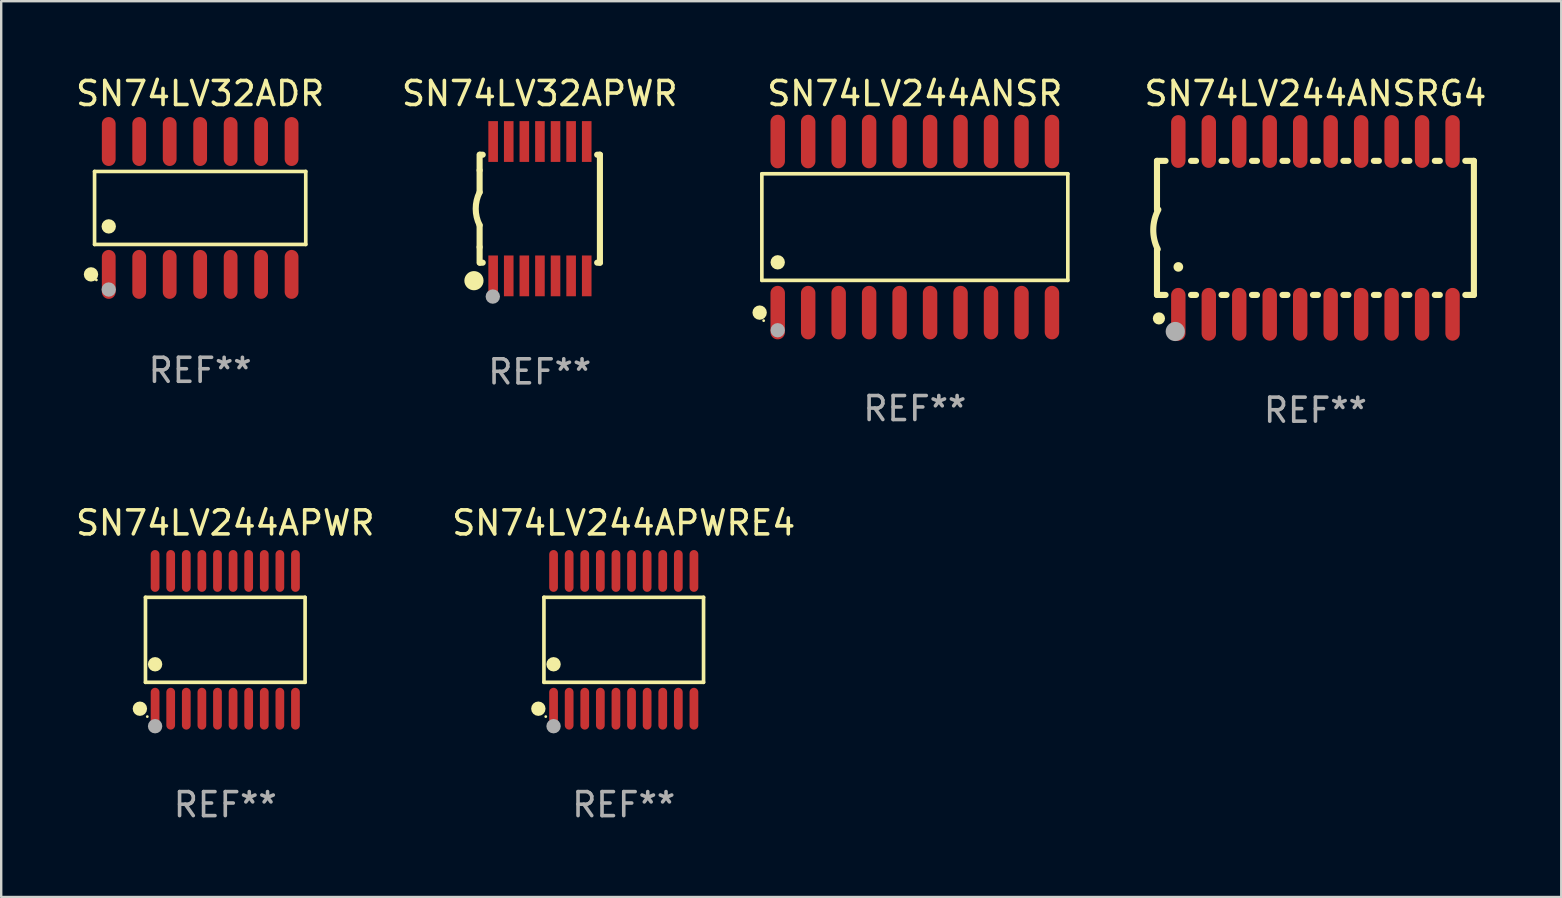
<source format=kicad_pcb>
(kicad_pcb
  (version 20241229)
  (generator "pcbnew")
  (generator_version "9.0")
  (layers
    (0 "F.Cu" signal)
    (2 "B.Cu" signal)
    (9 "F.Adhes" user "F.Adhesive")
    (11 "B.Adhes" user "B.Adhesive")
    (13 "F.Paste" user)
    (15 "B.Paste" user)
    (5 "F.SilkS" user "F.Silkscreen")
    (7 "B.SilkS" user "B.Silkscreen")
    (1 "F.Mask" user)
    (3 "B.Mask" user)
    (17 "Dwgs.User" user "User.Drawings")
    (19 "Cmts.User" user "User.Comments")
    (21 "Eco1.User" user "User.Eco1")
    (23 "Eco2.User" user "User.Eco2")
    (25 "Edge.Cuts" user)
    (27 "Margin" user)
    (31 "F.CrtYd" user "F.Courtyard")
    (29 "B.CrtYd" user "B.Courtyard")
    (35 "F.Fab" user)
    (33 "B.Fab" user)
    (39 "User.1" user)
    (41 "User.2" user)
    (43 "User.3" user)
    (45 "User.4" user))
  (footprint "SN74LV32ADR"
    (layer "F.Cu")
    (at 5.292 5.617)
    (property "Reference" "SN74LV32ADR" (at 0 -4.769 0) (layer "F.SilkS") (effects (font (size 1 1) (thickness 0.15))))
    (attr through_hole)
    (fp_line (start -4.401 -1.521) (end 4.401 -1.521) (stroke (width 0.152) (type solid)) (layer "F.SilkS"))
    (fp_line (start -4.401 1.521) (end -4.401 -1.521) (stroke (width 0.152) (type solid)) (layer "F.SilkS"))
    (fp_line (start 4.401 -1.521) (end 4.401 1.521) (stroke (width 0.152) (type solid)) (layer "F.SilkS"))
    (fp_line (start 4.401 1.521) (end -4.401 1.521) (stroke (width 0.152) (type solid)) (layer "F.SilkS"))
    (fp_circle (center -4.549 2.769) (end -4.399 2.769) (stroke (width 0.3) (type solid)) (fill no) (layer "F.SilkS"))
    (fp_circle (center -4.325 3) (end -4.295 3) (stroke (width 0.06) (type solid)) (fill no) (layer "F.SilkS"))
    (fp_circle (center -3.81 0.769) (end -3.66 0.769) (stroke (width 0.3) (type solid)) (fill no) (layer "F.SilkS"))
    (fp_circle (center -3.81 3.4) (end -3.66 3.4) (stroke (width 0.3) (type solid)) (fill no) (layer "F.Fab"))
    (fp_text user "REF**" (at 0 6.769 0) (layer "F.Fab") (effects (font (size 1 1) (thickness 0.15))))
    (pad "1" smd oval (at -3.81 2.769) (size 0.574 2.038) (layers "F.Cu" "F.Mask" "F.Paste"))
    (pad "2" smd oval (at -2.54 2.769) (size 0.574 2.038) (layers "F.Cu" "F.Mask" "F.Paste"))
    (pad "3" smd oval (at -1.27 2.769) (size 0.574 2.038) (layers "F.Cu" "F.Mask" "F.Paste"))
    (pad "4" smd oval (at 0 2.769) (size 0.574 2.038) (layers "F.Cu" "F.Mask" "F.Paste"))
    (pad "5" smd oval (at 1.27 2.769) (size 0.574 2.038) (layers "F.Cu" "F.Mask" "F.Paste"))
    (pad "6" smd oval (at 2.54 2.769) (size 0.574 2.038) (layers "F.Cu" "F.Mask" "F.Paste"))
    (pad "7" smd oval (at 3.81 2.769) (size 0.574 2.038) (layers "F.Cu" "F.Mask" "F.Paste"))
    (pad "8" smd oval (at 3.81 -2.769) (size 0.574 2.038) (layers "F.Cu" "F.Mask" "F.Paste"))
    (pad "9" smd oval (at 2.54 -2.769) (size 0.574 2.038) (layers "F.Cu" "F.Mask" "F.Paste"))
    (pad "10" smd oval (at 1.27 -2.769) (size 0.574 2.038) (layers "F.Cu" "F.Mask" "F.Paste"))
    (pad "11" smd oval (at 0 -2.769) (size 0.574 2.038) (layers "F.Cu" "F.Mask" "F.Paste"))
    (pad "12" smd oval (at -1.27 -2.769) (size 0.574 2.038) (layers "F.Cu" "F.Mask" "F.Paste"))
    (pad "13" smd oval (at -2.54 -2.769) (size 0.574 2.038) (layers "F.Cu" "F.Mask" "F.Paste"))
    (pad "14" smd oval (at -3.81 -2.769) (size 0.574 2.038) (layers "F.Cu" "F.Mask" "F.Paste")))
  (footprint "SN74LV244APWR"
    (layer "F.Cu")
    (at 6.339 23.616)
    (property "Reference" "SN74LV244APWR" (at 0 -4.871 0) (layer "F.SilkS") (effects (font (size 1 1) (thickness 0.15))))
    (attr through_hole)
    (fp_line (start -3.326 -1.771) (end 3.326 -1.771) (stroke (width 0.152) (type solid)) (layer "F.SilkS"))
    (fp_line (start -3.326 1.771) (end -3.326 -1.771) (stroke (width 0.152) (type solid)) (layer "F.SilkS"))
    (fp_line (start 3.326 -1.771) (end 3.326 1.771) (stroke (width 0.152) (type solid)) (layer "F.SilkS"))
    (fp_line (start 3.326 1.771) (end -3.326 1.771) (stroke (width 0.152) (type solid)) (layer "F.SilkS"))
    (fp_circle (center -3.559 2.871) (end -3.409 2.871) (stroke (width 0.3) (type solid)) (fill no) (layer "F.SilkS"))
    (fp_circle (center -3.25 3.2) (end -3.22 3.2) (stroke (width 0.06) (type solid)) (fill no) (layer "F.SilkS"))
    (fp_circle (center -2.925 1.019) (end -2.775 1.019) (stroke (width 0.3) (type solid)) (fill no) (layer "F.SilkS"))
    (fp_circle (center -2.925 3.6) (end -2.775 3.6) (stroke (width 0.3) (type solid)) (fill no) (layer "F.Fab"))
    (fp_text user "REF**" (at 0 6.871 0) (layer "F.Fab") (effects (font (size 1 1) (thickness 0.15))))
    (pad "1" smd oval (at -2.925 2.871) (size 0.364 1.742) (layers "F.Cu" "F.Mask" "F.Paste"))
    (pad "2" smd oval (at -2.275 2.871) (size 0.364 1.742) (layers "F.Cu" "F.Mask" "F.Paste"))
    (pad "3" smd oval (at -1.625 2.871) (size 0.364 1.742) (layers "F.Cu" "F.Mask" "F.Paste"))
    (pad "4" smd oval (at -0.975 2.871) (size 0.364 1.742) (layers "F.Cu" "F.Mask" "F.Paste"))
    (pad "5" smd oval (at -0.325 2.871) (size 0.364 1.742) (layers "F.Cu" "F.Mask" "F.Paste"))
    (pad "6" smd oval (at 0.325 2.871) (size 0.364 1.742) (layers "F.Cu" "F.Mask" "F.Paste"))
    (pad "7" smd oval (at 0.975 2.871) (size 0.364 1.742) (layers "F.Cu" "F.Mask" "F.Paste"))
    (pad "8" smd oval (at 1.625 2.871) (size 0.364 1.742) (layers "F.Cu" "F.Mask" "F.Paste"))
    (pad "9" smd oval (at 2.275 2.871) (size 0.364 1.742) (layers "F.Cu" "F.Mask" "F.Paste"))
    (pad "10" smd oval (at 2.925 2.871) (size 0.364 1.742) (layers "F.Cu" "F.Mask" "F.Paste"))
    (pad "11" smd oval (at 2.925 -2.871) (size 0.364 1.742) (layers "F.Cu" "F.Mask" "F.Paste"))
    (pad "12" smd oval (at 2.275 -2.871) (size 0.364 1.742) (layers "F.Cu" "F.Mask" "F.Paste"))
    (pad "13" smd oval (at 1.625 -2.871) (size 0.364 1.742) (layers "F.Cu" "F.Mask" "F.Paste"))
    (pad "14" smd oval (at 0.975 -2.871) (size 0.364 1.742) (layers "F.Cu" "F.Mask" "F.Paste"))
    (pad "15" smd oval (at 0.325 -2.871) (size 0.364 1.742) (layers "F.Cu" "F.Mask" "F.Paste"))
    (pad "16" smd oval (at -0.325 -2.871) (size 0.364 1.742) (layers "F.Cu" "F.Mask" "F.Paste"))
    (pad "17" smd oval (at -0.975 -2.871) (size 0.364 1.742) (layers "F.Cu" "F.Mask" "F.Paste"))
    (pad "18" smd oval (at -1.625 -2.871) (size 0.364 1.742) (layers "F.Cu" "F.Mask" "F.Paste"))
    (pad "19" smd oval (at -2.275 -2.871) (size 0.364 1.742) (layers "F.Cu" "F.Mask" "F.Paste"))
    (pad "20" smd oval (at -2.925 -2.871) (size 0.364 1.742) (layers "F.Cu" "F.Mask" "F.Paste")))
  (footprint "SN74LV32APWR"
    (layer "F.Cu")
    (at 19.446 5.648)
    (property "Reference" "SN74LV32APWR" (at 0 -4.8 0) (layer "F.SilkS") (effects (font (size 1 1) (thickness 0.15))))
    (attr through_hole)
    (fp_line (start -2.507 -1.6) (end -2.507 -2.25) (stroke (width 0.254) (type solid)) (layer "F.SilkS"))
    (fp_line (start -2.507 -0.686) (end -2.507 -1.6) (stroke (width 0.254) (type solid)) (layer "F.SilkS"))
    (fp_line (start -2.507 1.6) (end -2.507 0.686) (stroke (width 0.254) (type solid)) (layer "F.SilkS"))
    (fp_line (start -2.507 1.6) (end -2.507 2.25) (stroke (width 0.254) (type solid)) (layer "F.SilkS"))
    (fp_line (start -2.493 -2.25) (end -2.377 -2.25) (stroke (width 0.254) (type solid)) (layer "F.SilkS"))
    (fp_line (start -2.377 2.25) (end -2.493 2.25) (stroke (width 0.254) (type solid)) (layer "F.SilkS"))
    (fp_line (start 2.392 -2.25) (end 2.507 -2.25) (stroke (width 0.254) (type solid)) (layer "F.SilkS"))
    (fp_line (start 2.507 -2.25) (end 2.507 2.25) (stroke (width 0.254) (type solid)) (layer "F.SilkS"))
    (fp_line (start 2.507 2.25) (end 2.392 2.25) (stroke (width 0.254) (type solid)) (layer "F.SilkS"))
    (fp_arc (start -2.507303 0.685802) (mid -2.669199 0) (end -2.507303 -0.685801) (stroke (width 0.254001) (type solid)) (layer "F.SilkS"))
    (fp_circle (center -2.743 3) (end -2.543 3) (stroke (width 0.4) (type solid)) (fill no) (layer "F.SilkS"))
    (fp_circle (center -2.493 3.2) (end -2.463 3.2) (stroke (width 0.06) (type solid)) (fill no) (layer "F.SilkS"))
    (fp_circle (center -1.957 3.662) (end -1.807 3.662) (stroke (width 0.3) (type solid)) (fill no) (layer "F.Fab"))
    (fp_text user "REF**" (at 0 6.8 0) (layer "F.Fab") (effects (font (size 1 1) (thickness 0.15))))
    (pad "1" smd rect (at -1.943 2.8) (size 0.4 1.7) (layers "F.Cu" "F.Mask" "F.Paste"))
    (pad "2" smd rect (at -1.293 2.8) (size 0.4 1.7) (layers "F.Cu" "F.Mask" "F.Paste"))
    (pad "3" smd rect (at -0.643 2.8) (size 0.4 1.7) (layers "F.Cu" "F.Mask" "F.Paste"))
    (pad "4" smd rect (at 0.007 2.8) (size 0.4 1.7) (layers "F.Cu" "F.Mask" "F.Paste"))
    (pad "5" smd rect (at 0.657 2.8) (size 0.4 1.7) (layers "F.Cu" "F.Mask" "F.Paste"))
    (pad "6" smd rect (at 1.307 2.8) (size 0.4 1.7) (layers "F.Cu" "F.Mask" "F.Paste"))
    (pad "7" smd rect (at 1.957 2.8) (size 0.4 1.7) (layers "F.Cu" "F.Mask" "F.Paste"))
    (pad "8" smd rect (at 1.957 -2.8) (size 0.4 1.7) (layers "F.Cu" "F.Mask" "F.Paste"))
    (pad "9" smd rect (at 1.307 -2.8) (size 0.4 1.7) (layers "F.Cu" "F.Mask" "F.Paste"))
    (pad "10" smd rect (at 0.657 -2.8) (size 0.4 1.7) (layers "F.Cu" "F.Mask" "F.Paste"))
    (pad "11" smd rect (at 0.007 -2.8) (size 0.4 1.7) (layers "F.Cu" "F.Mask" "F.Paste"))
    (pad "12" smd rect (at -0.643 -2.8) (size 0.4 1.7) (layers "F.Cu" "F.Mask" "F.Paste"))
    (pad "13" smd rect (at -1.293 -2.8) (size 0.4 1.7) (layers "F.Cu" "F.Mask" "F.Paste"))
    (pad "14" smd rect (at -1.943 -2.8) (size 0.4 1.7) (layers "F.Cu" "F.Mask" "F.Paste")))
  (footprint "SN74LV244ANSR"
    (layer "F.Cu")
    (at 35.078 6.414)
    (property "Reference" "SN74LV244ANSR" (at 0 -5.565 0) (layer "F.SilkS") (effects (font (size 1 1) (thickness 0.15))))
    (attr through_hole)
    (fp_line (start -6.376 -2.221) (end 6.376 -2.221) (stroke (width 0.152) (type solid)) (layer "F.SilkS"))
    (fp_line (start -6.376 2.221) (end -6.376 -2.221) (stroke (width 0.152) (type solid)) (layer "F.SilkS"))
    (fp_line (start 6.376 -2.221) (end 6.376 2.221) (stroke (width 0.152) (type solid)) (layer "F.SilkS"))
    (fp_line (start 6.376 2.221) (end -6.376 2.221) (stroke (width 0.152) (type solid)) (layer "F.SilkS"))
    (fp_circle (center -6.468 3.565) (end -6.318 3.565) (stroke (width 0.3) (type solid)) (fill no) (layer "F.SilkS"))
    (fp_circle (center -6.3 3.9) (end -6.27 3.9) (stroke (width 0.06) (type solid)) (fill no) (layer "F.SilkS"))
    (fp_circle (center -5.715 1.469) (end -5.565 1.469) (stroke (width 0.3) (type solid)) (fill no) (layer "F.SilkS"))
    (fp_circle (center -5.715 4.3) (end -5.565 4.3) (stroke (width 0.3) (type solid)) (fill no) (layer "F.Fab"))
    (fp_text user "REF**" (at 0 7.565 0) (layer "F.Fab") (effects (font (size 1 1) (thickness 0.15))))
    (pad "1" smd oval (at -5.715 3.565) (size 0.602 2.231) (layers "F.Cu" "F.Mask" "F.Paste"))
    (pad "2" smd oval (at -4.445 3.565) (size 0.602 2.231) (layers "F.Cu" "F.Mask" "F.Paste"))
    (pad "3" smd oval (at -3.175 3.565) (size 0.602 2.231) (layers "F.Cu" "F.Mask" "F.Paste"))
    (pad "4" smd oval (at -1.905 3.565) (size 0.602 2.231) (layers "F.Cu" "F.Mask" "F.Paste"))
    (pad "5" smd oval (at -0.635 3.565) (size 0.602 2.231) (layers "F.Cu" "F.Mask" "F.Paste"))
    (pad "6" smd oval (at 0.635 3.565) (size 0.602 2.231) (layers "F.Cu" "F.Mask" "F.Paste"))
    (pad "7" smd oval (at 1.905 3.565) (size 0.602 2.231) (layers "F.Cu" "F.Mask" "F.Paste"))
    (pad "8" smd oval (at 3.175 3.565) (size 0.602 2.231) (layers "F.Cu" "F.Mask" "F.Paste"))
    (pad "9" smd oval (at 4.445 3.565) (size 0.602 2.231) (layers "F.Cu" "F.Mask" "F.Paste"))
    (pad "10" smd oval (at 5.715 3.565) (size 0.602 2.231) (layers "F.Cu" "F.Mask" "F.Paste"))
    (pad "11" smd oval (at 5.715 -3.565) (size 0.602 2.231) (layers "F.Cu" "F.Mask" "F.Paste"))
    (pad "12" smd oval (at 4.445 -3.565) (size 0.602 2.231) (layers "F.Cu" "F.Mask" "F.Paste"))
    (pad "13" smd oval (at 3.175 -3.565) (size 0.602 2.231) (layers "F.Cu" "F.Mask" "F.Paste"))
    (pad "14" smd oval (at 1.905 -3.565) (size 0.602 2.231) (layers "F.Cu" "F.Mask" "F.Paste"))
    (pad "15" smd oval (at 0.635 -3.565) (size 0.602 2.231) (layers "F.Cu" "F.Mask" "F.Paste"))
    (pad "16" smd oval (at -0.635 -3.565) (size 0.602 2.231) (layers "F.Cu" "F.Mask" "F.Paste"))
    (pad "17" smd oval (at -1.905 -3.565) (size 0.602 2.231) (layers "F.Cu" "F.Mask" "F.Paste"))
    (pad "18" smd oval (at -3.175 -3.565) (size 0.602 2.231) (layers "F.Cu" "F.Mask" "F.Paste"))
    (pad "19" smd oval (at -4.445 -3.565) (size 0.602 2.231) (layers "F.Cu" "F.Mask" "F.Paste"))
    (pad "20" smd oval (at -5.715 -3.565) (size 0.602 2.231) (layers "F.Cu" "F.Mask" "F.Paste")))
  (footprint "SN74LV244ANSRG4"
    (layer "F.Cu")
    (at 51.774 6.448)
    (property "Reference" "SN74LV244ANSRG4" (at 0 -5.6 0) (layer "F.SilkS") (effects (font (size 1 1) (thickness 0.15))))
    (attr through_hole)
    (fp_line (start -6.604 -2.794) (end -6.246 -2.794) (stroke (width 0.254) (type solid)) (layer "F.SilkS"))
    (fp_line (start -6.604 -0.762) (end -6.604 -2.794) (stroke (width 0.254) (type solid)) (layer "F.SilkS"))
    (fp_line (start -6.604 2.794) (end -6.604 0.889) (stroke (width 0.254) (type solid)) (layer "F.SilkS"))
    (fp_line (start -6.246 2.794) (end -6.604 2.794) (stroke (width 0.254) (type solid)) (layer "F.SilkS"))
    (fp_line (start -5.184 -2.794) (end -4.976 -2.794) (stroke (width 0.254) (type solid)) (layer "F.SilkS"))
    (fp_line (start -4.976 2.794) (end -5.184 2.794) (stroke (width 0.254) (type solid)) (layer "F.SilkS"))
    (fp_line (start -3.914 -2.794) (end -3.706 -2.794) (stroke (width 0.254) (type solid)) (layer "F.SilkS"))
    (fp_line (start -3.706 2.794) (end -3.914 2.794) (stroke (width 0.254) (type solid)) (layer "F.SilkS"))
    (fp_line (start -2.644 -2.794) (end -2.436 -2.794) (stroke (width 0.254) (type solid)) (layer "F.SilkS"))
    (fp_line (start -2.436 2.794) (end -2.644 2.794) (stroke (width 0.254) (type solid)) (layer "F.SilkS"))
    (fp_line (start -1.374 -2.794) (end -1.166 -2.794) (stroke (width 0.254) (type solid)) (layer "F.SilkS"))
    (fp_line (start -1.166 2.794) (end -1.374 2.794) (stroke (width 0.254) (type solid)) (layer "F.SilkS"))
    (fp_line (start -0.104 -2.794) (end 0.104 -2.794) (stroke (width 0.254) (type solid)) (layer "F.SilkS"))
    (fp_line (start 0.104 2.794) (end -0.104 2.794) (stroke (width 0.254) (type solid)) (layer "F.SilkS"))
    (fp_line (start 1.166 -2.794) (end 1.374 -2.794) (stroke (width 0.254) (type solid)) (layer "F.SilkS"))
    (fp_line (start 1.374 2.794) (end 1.166 2.794) (stroke (width 0.254) (type solid)) (layer "F.SilkS"))
    (fp_line (start 2.436 -2.794) (end 2.644 -2.794) (stroke (width 0.254) (type solid)) (layer "F.SilkS"))
    (fp_line (start 2.644 2.794) (end 2.436 2.794) (stroke (width 0.254) (type solid)) (layer "F.SilkS"))
    (fp_line (start 3.706 -2.794) (end 3.914 -2.794) (stroke (width 0.254) (type solid)) (layer "F.SilkS"))
    (fp_line (start 3.914 2.794) (end 3.706 2.794) (stroke (width 0.254) (type solid)) (layer "F.SilkS"))
    (fp_line (start 4.976 -2.794) (end 5.184 -2.794) (stroke (width 0.254) (type solid)) (layer "F.SilkS"))
    (fp_line (start 5.184 2.794) (end 4.976 2.794) (stroke (width 0.254) (type solid)) (layer "F.SilkS"))
    (fp_line (start 6.246 -2.794) (end 6.604 -2.794) (stroke (width 0.254) (type solid)) (layer "F.SilkS"))
    (fp_line (start 6.604 -2.794) (end 6.604 2.794) (stroke (width 0.254) (type solid)) (layer "F.SilkS"))
    (fp_line (start 6.604 2.794) (end 6.246 2.794) (stroke (width 0.254) (type solid)) (layer "F.SilkS"))
    (fp_arc (start -6.572821 0.889028) (mid -6.759035 0.060466) (end -6.547422 -0.761976) (stroke (width 0.254001) (type solid)) (layer "F.SilkS"))
    (fp_arc (start -6.570993 3.749047) (mid -6.569723 3.749042) (end -6.568453 3.749047) (stroke (width 0.3) (type solid)) (layer "F.SilkS"))
    (fp_arc (start -5.715011 1.625603) (mid -5.713741 1.625599) (end -5.712471 1.625603) (stroke (width 0.4) (type solid)) (layer "F.SilkS"))
    (fp_circle (center -6.523 3.773) (end -6.396 3.773) (stroke (width 0.254) (type solid)) (fill no) (layer "F.SilkS"))
    (fp_circle (center -5.842 4.318) (end -5.642 4.318) (stroke (width 0.4) (type solid)) (fill no) (layer "F.Fab"))
    (fp_text user "REF**" (at 0 7.6 0) (layer "F.Fab") (effects (font (size 1 1) (thickness 0.15))))
    (pad "1" smd oval (at -5.715 3.6) (size 0.6 2.2) (layers "F.Cu" "F.Mask" "F.Paste"))
    (pad "2" smd oval (at -4.445 3.6) (size 0.6 2.2) (layers "F.Cu" "F.Mask" "F.Paste"))
    (pad "3" smd oval (at -3.175 3.6) (size 0.6 2.2) (layers "F.Cu" "F.Mask" "F.Paste"))
    (pad "4" smd oval (at -1.905 3.6) (size 0.6 2.2) (layers "F.Cu" "F.Mask" "F.Paste"))
    (pad "5" smd oval (at -0.635 3.6) (size 0.6 2.2) (layers "F.Cu" "F.Mask" "F.Paste"))
    (pad "6" smd oval (at 0.635 3.6) (size 0.6 2.2) (layers "F.Cu" "F.Mask" "F.Paste"))
    (pad "7" smd oval (at 1.905 3.6) (size 0.6 2.2) (layers "F.Cu" "F.Mask" "F.Paste"))
    (pad "8" smd oval (at 3.175 3.6) (size 0.6 2.2) (layers "F.Cu" "F.Mask" "F.Paste"))
    (pad "9" smd oval (at 4.445 3.6) (size 0.6 2.2) (layers "F.Cu" "F.Mask" "F.Paste"))
    (pad "10" smd oval (at 5.715 3.6) (size 0.6 2.2) (layers "F.Cu" "F.Mask" "F.Paste"))
    (pad "11" smd oval (at 5.715 -3.6 180) (size 0.6 2.2) (layers "F.Cu" "F.Mask" "F.Paste"))
    (pad "12" smd oval (at 4.445 -3.6 180) (size 0.6 2.2) (layers "F.Cu" "F.Mask" "F.Paste"))
    (pad "13" smd oval (at 3.175 -3.6 180) (size 0.6 2.2) (layers "F.Cu" "F.Mask" "F.Paste"))
    (pad "14" smd oval (at 1.905 -3.6 180) (size 0.6 2.2) (layers "F.Cu" "F.Mask" "F.Paste"))
    (pad "15" smd oval (at 0.635 -3.6 180) (size 0.6 2.2) (layers "F.Cu" "F.Mask" "F.Paste"))
    (pad "16" smd oval (at -0.635 -3.6 180) (size 0.6 2.2) (layers "F.Cu" "F.Mask" "F.Paste"))
    (pad "17" smd oval (at -1.905 -3.6 180) (size 0.6 2.2) (layers "F.Cu" "F.Mask" "F.Paste"))
    (pad "18" smd oval (at -3.175 -3.6 180) (size 0.6 2.2) (layers "F.Cu" "F.Mask" "F.Paste"))
    (pad "19" smd oval (at -4.445 -3.6 180) (size 0.6 2.2) (layers "F.Cu" "F.Mask" "F.Paste"))
    (pad "20" smd oval (at -5.715 -3.6 180) (size 0.6 2.2) (layers "F.Cu" "F.Mask" "F.Paste")))
  (footprint "SN74LV244APWRE4"
    (layer "F.Cu")
    (at 22.946 23.616)
    (property "Reference" "SN74LV244APWRE4" (at 0 -4.871 0) (layer "F.SilkS") (effects (font (size 1 1) (thickness 0.15))))
    (attr through_hole)
    (fp_line (start -3.326 -1.771) (end 3.326 -1.771) (stroke (width 0.152) (type solid)) (layer "F.SilkS"))
    (fp_line (start -3.326 1.771) (end -3.326 -1.771) (stroke (width 0.152) (type solid)) (layer "F.SilkS"))
    (fp_line (start 3.326 -1.771) (end 3.326 1.771) (stroke (width 0.152) (type solid)) (layer "F.SilkS"))
    (fp_line (start 3.326 1.771) (end -3.326 1.771) (stroke (width 0.152) (type solid)) (layer "F.SilkS"))
    (fp_circle (center -3.559 2.871) (end -3.409 2.871) (stroke (width 0.3) (type solid)) (fill no) (layer "F.SilkS"))
    (fp_circle (center -3.25 3.2) (end -3.22 3.2) (stroke (width 0.06) (type solid)) (fill no) (layer "F.SilkS"))
    (fp_circle (center -2.925 1.019) (end -2.775 1.019) (stroke (width 0.3) (type solid)) (fill no) (layer "F.SilkS"))
    (fp_circle (center -2.925 3.6) (end -2.775 3.6) (stroke (width 0.3) (type solid)) (fill no) (layer "F.Fab"))
    (fp_text user "REF**" (at 0 6.871 0) (layer "F.Fab") (effects (font (size 1 1) (thickness 0.15))))
    (pad "1" smd oval (at -2.925 2.871) (size 0.364 1.742) (layers "F.Cu" "F.Mask" "F.Paste"))
    (pad "2" smd oval (at -2.275 2.871) (size 0.364 1.742) (layers "F.Cu" "F.Mask" "F.Paste"))
    (pad "3" smd oval (at -1.625 2.871) (size 0.364 1.742) (layers "F.Cu" "F.Mask" "F.Paste"))
    (pad "4" smd oval (at -0.975 2.871) (size 0.364 1.742) (layers "F.Cu" "F.Mask" "F.Paste"))
    (pad "5" smd oval (at -0.325 2.871) (size 0.364 1.742) (layers "F.Cu" "F.Mask" "F.Paste"))
    (pad "6" smd oval (at 0.325 2.871) (size 0.364 1.742) (layers "F.Cu" "F.Mask" "F.Paste"))
    (pad "7" smd oval (at 0.975 2.871) (size 0.364 1.742) (layers "F.Cu" "F.Mask" "F.Paste"))
    (pad "8" smd oval (at 1.625 2.871) (size 0.364 1.742) (layers "F.Cu" "F.Mask" "F.Paste"))
    (pad "9" smd oval (at 2.275 2.871) (size 0.364 1.742) (layers "F.Cu" "F.Mask" "F.Paste"))
    (pad "10" smd oval (at 2.925 2.871) (size 0.364 1.742) (layers "F.Cu" "F.Mask" "F.Paste"))
    (pad "11" smd oval (at 2.925 -2.871) (size 0.364 1.742) (layers "F.Cu" "F.Mask" "F.Paste"))
    (pad "12" smd oval (at 2.275 -2.871) (size 0.364 1.742) (layers "F.Cu" "F.Mask" "F.Paste"))
    (pad "13" smd oval (at 1.625 -2.871) (size 0.364 1.742) (layers "F.Cu" "F.Mask" "F.Paste"))
    (pad "14" smd oval (at 0.975 -2.871) (size 0.364 1.742) (layers "F.Cu" "F.Mask" "F.Paste"))
    (pad "15" smd oval (at 0.325 -2.871) (size 0.364 1.742) (layers "F.Cu" "F.Mask" "F.Paste"))
    (pad "16" smd oval (at -0.325 -2.871) (size 0.364 1.742) (layers "F.Cu" "F.Mask" "F.Paste"))
    (pad "17" smd oval (at -0.975 -2.871) (size 0.364 1.742) (layers "F.Cu" "F.Mask" "F.Paste"))
    (pad "18" smd oval (at -1.625 -2.871) (size 0.364 1.742) (layers "F.Cu" "F.Mask" "F.Paste"))
    (pad "19" smd oval (at -2.275 -2.871) (size 0.364 1.742) (layers "F.Cu" "F.Mask" "F.Paste"))
    (pad "20" smd oval (at -2.925 -2.871) (size 0.364 1.742) (layers "F.Cu" "F.Mask" "F.Paste")))
  (gr_rect
    (start -3 -3)
    (end 62.019 34.335)
    (stroke (width 0.1) (type default))
    (fill no)
    (layer "Edge.Cuts")))
</source>
